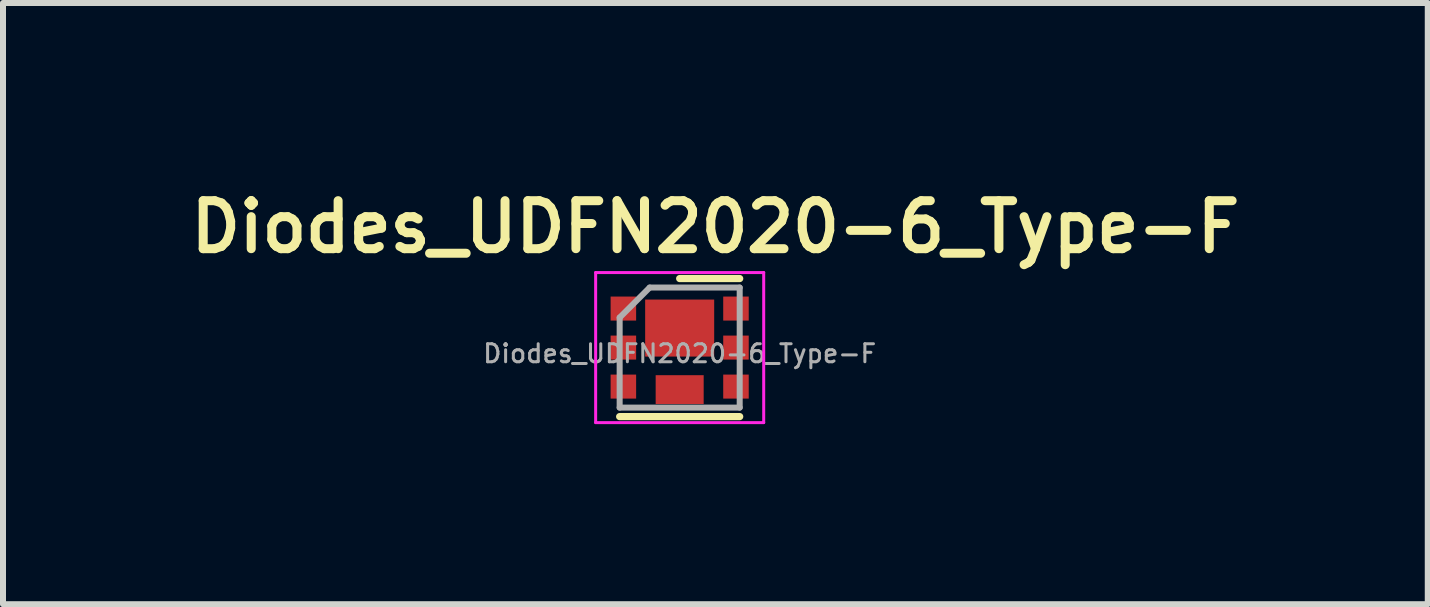
<source format=kicad_pcb>
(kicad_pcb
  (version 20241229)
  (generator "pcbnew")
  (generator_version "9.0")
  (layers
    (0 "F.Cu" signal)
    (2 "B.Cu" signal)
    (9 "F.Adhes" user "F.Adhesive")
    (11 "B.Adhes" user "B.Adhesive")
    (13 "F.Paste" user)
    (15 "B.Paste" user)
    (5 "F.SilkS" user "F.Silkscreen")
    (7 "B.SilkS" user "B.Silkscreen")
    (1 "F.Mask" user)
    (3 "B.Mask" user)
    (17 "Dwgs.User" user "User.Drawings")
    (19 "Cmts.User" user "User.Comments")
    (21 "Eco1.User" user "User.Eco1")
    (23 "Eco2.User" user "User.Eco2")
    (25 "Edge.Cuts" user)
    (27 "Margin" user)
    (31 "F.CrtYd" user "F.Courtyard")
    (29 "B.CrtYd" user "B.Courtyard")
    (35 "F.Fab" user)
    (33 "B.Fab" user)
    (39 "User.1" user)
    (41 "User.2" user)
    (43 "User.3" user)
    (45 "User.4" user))
  (footprint "Diodes_UDFN2020-6_Type-F"
    (layer "F.Cu")
    (at 8.274 2.741)
    (property "Reference" "Diodes_UDFN2020-6_Type-F" (at 0.595 -2.01 180) (layer "F.SilkS") (effects (font (size 0.8 0.8) (thickness 0.15))))
    (attr smd)
    (fp_line (start 1 -1.15) (end 0 -1.15) (stroke (width 0.12) (type solid)) (layer "F.SilkS"))
    (fp_line (start 1 1.15) (end -1 1.15) (stroke (width 0.12) (type solid)) (layer "F.SilkS"))
    (fp_line (start -1.4 -1.25) (end -1.4 1.25) (stroke (width 0.05) (type solid)) (layer "F.CrtYd"))
    (fp_line (start -1.4 1.25) (end 1.4 1.25) (stroke (width 0.05) (type solid)) (layer "F.CrtYd"))
    (fp_line (start 1.4 -1.25) (end -1.4 -1.25) (stroke (width 0.05) (type solid)) (layer "F.CrtYd"))
    (fp_line (start 1.4 1.25) (end 1.4 -1.25) (stroke (width 0.05) (type solid)) (layer "F.CrtYd"))
    (fp_line (start -1 1) (end -1 -0.5) (stroke (width 0.1) (type solid)) (layer "F.Fab"))
    (fp_line (start -0.5 -1) (end -1 -0.5) (stroke (width 0.1) (type solid)) (layer "F.Fab"))
    (fp_line (start -0.5 -1) (end 1 -1) (stroke (width 0.1) (type solid)) (layer "F.Fab"))
    (fp_line (start 1 -1) (end 1 1) (stroke (width 0.1) (type solid)) (layer "F.Fab"))
    (fp_line (start 1 1) (end -1 1) (stroke (width 0.1) (type solid)) (layer "F.Fab"))
    (fp_text user "${REFERENCE}" (at 0 0.1 180) (layer "F.Fab") (effects (font (size 0.3 0.3) (thickness 0.05))))
    (pad "1" smd rect (at -0.938 -0.65) (size 0.425 0.4) (layers "F.Cu" "F.Mask" "F.Paste"))
    (pad "2" smd rect (at -0.938 0) (size 0.425 0.4) (layers "F.Cu" "F.Mask" "F.Paste"))
    (pad "3" smd rect (at -0.938 0.65) (size 0.425 0.4) (layers "F.Cu" "F.Mask" "F.Paste"))
    (pad "4" smd rect (at 0.938 0.65) (size 0.425 0.4) (layers "F.Cu" "F.Mask" "F.Paste"))
    (pad "5" smd rect (at 0.938 0) (size 0.425 0.4) (layers "F.Cu" "F.Mask" "F.Paste"))
    (pad "6" smd rect (at 0.938 -0.65) (size 0.425 0.4) (layers "F.Cu" "F.Mask" "F.Paste"))
    (pad "7" smd rect (at 0 -0.325) (size 1.15 0.95) (layers "F.Cu" "F.Mask" "F.Paste"))
    (pad "8" smd rect (at 0 0.7) (size 0.8 0.48) (layers "F.Cu" "F.Mask" "F.Paste")))
  (gr_rect
    (start -3 -3)
    (end 20.738 7.016)
    (stroke (width 0.1) (type default))
    (fill no)
    (layer "Edge.Cuts")))
</source>
